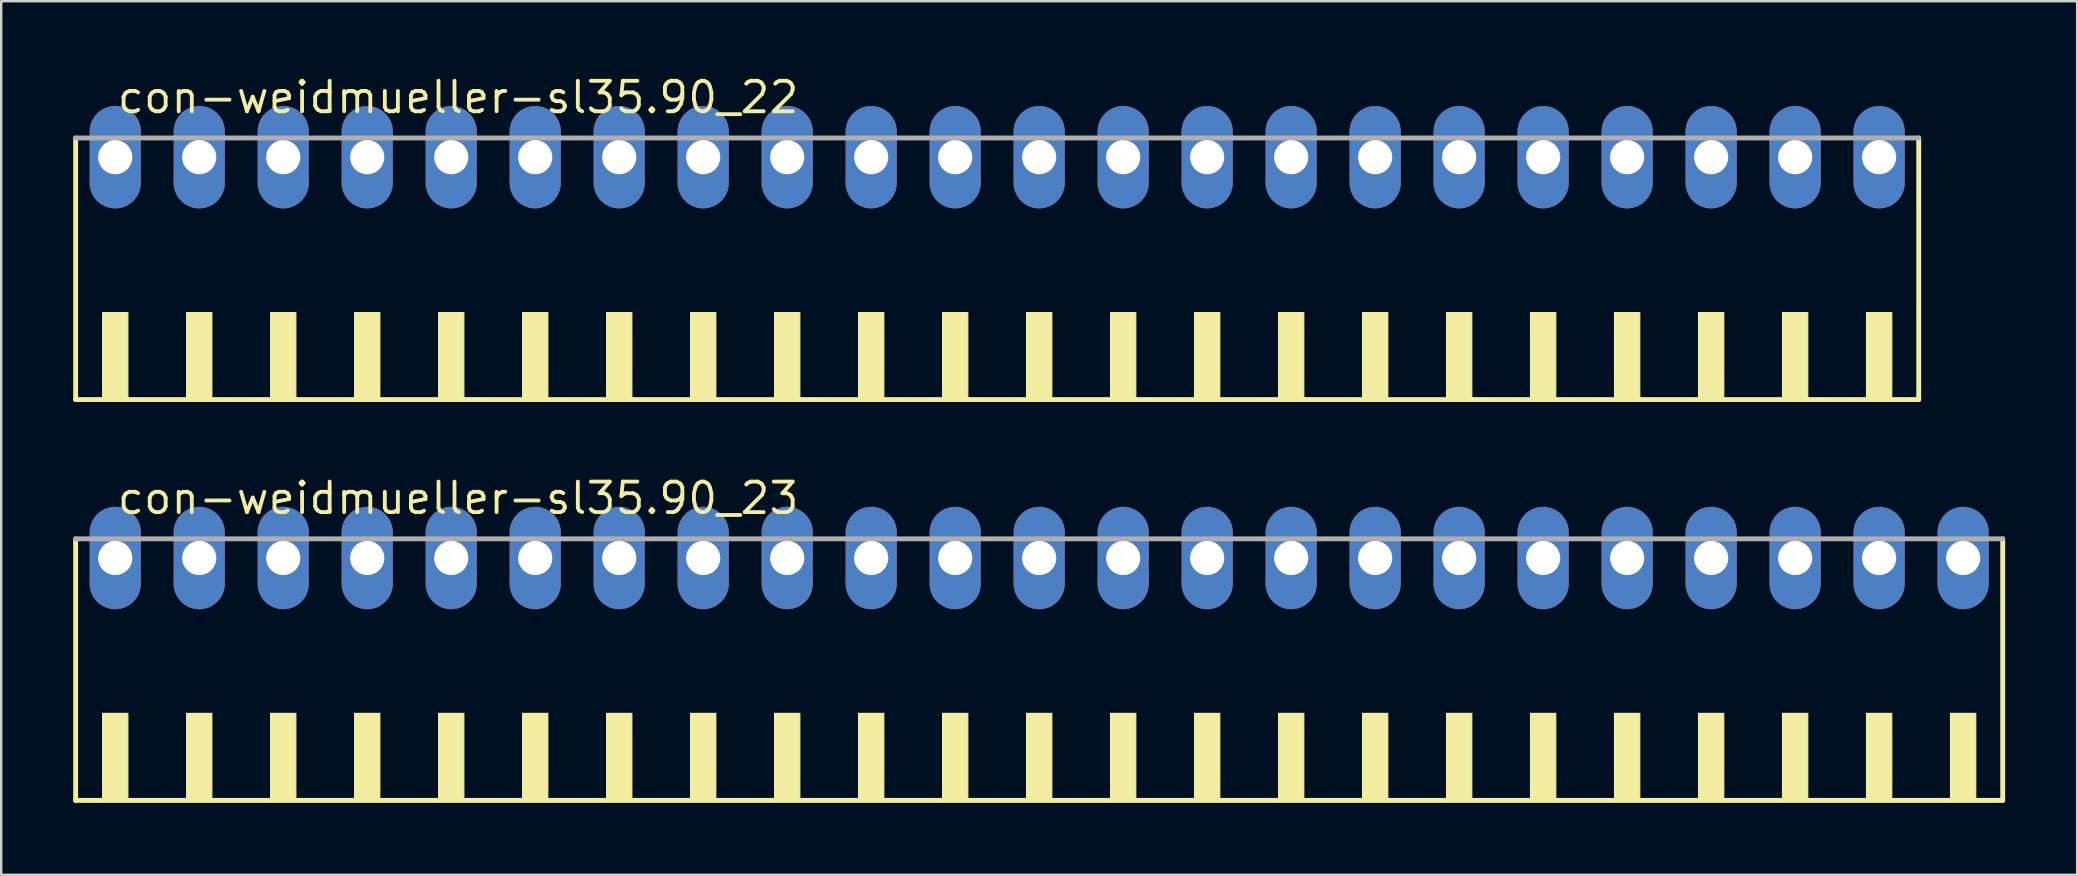
<source format=kicad_pcb>
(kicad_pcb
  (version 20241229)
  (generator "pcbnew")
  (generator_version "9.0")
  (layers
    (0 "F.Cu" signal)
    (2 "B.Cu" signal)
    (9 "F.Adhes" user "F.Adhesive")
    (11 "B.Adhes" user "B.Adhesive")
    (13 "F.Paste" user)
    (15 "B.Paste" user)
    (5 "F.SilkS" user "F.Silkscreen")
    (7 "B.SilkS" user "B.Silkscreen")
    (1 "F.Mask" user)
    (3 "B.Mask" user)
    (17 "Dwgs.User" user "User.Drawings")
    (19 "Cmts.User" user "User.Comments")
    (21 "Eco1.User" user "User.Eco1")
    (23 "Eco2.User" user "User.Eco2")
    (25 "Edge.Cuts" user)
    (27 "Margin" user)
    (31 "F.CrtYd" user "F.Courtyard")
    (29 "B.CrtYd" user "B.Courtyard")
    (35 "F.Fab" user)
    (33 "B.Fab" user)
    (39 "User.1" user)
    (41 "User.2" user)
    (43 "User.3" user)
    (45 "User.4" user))
  (footprint "con-weidmueller-sl35.90_22"
    (layer "F.Cu")
    (at 38.502 8.75)
    (property "Reference" "con-weidmueller-sl35.90_22" (at -36.75 -7 0) (layer "F.SilkS") (effects (font (size 1.27 1.27) (thickness 0.16)) (justify left bottom)))
    (attr through_hole)
    (fp_line (start -38.4 -6.05) (end -38.4 4.85) (stroke (width 0.203) (type default)) (layer "F.SilkS"))
    (fp_line (start -38.4 4.85) (end 38.4 4.85) (stroke (width 0.203) (type default)) (layer "F.SilkS"))
    (fp_line (start 38.4 4.85) (end 38.4 -6.05) (stroke (width 0.203) (type default)) (layer "F.SilkS"))
    (fp_rect (start -37.275 4.9) (end -36.225 1.225) (stroke (width 0.05) (type default)) (fill yes) (layer "F.SilkS"))
    (fp_rect (start -33.775 4.9) (end -32.725 1.225) (stroke (width 0.05) (type default)) (fill yes) (layer "F.SilkS"))
    (fp_rect (start -30.275 4.9) (end -29.225 1.225) (stroke (width 0.05) (type default)) (fill yes) (layer "F.SilkS"))
    (fp_rect (start -26.775 4.9) (end -25.725 1.225) (stroke (width 0.05) (type default)) (fill yes) (layer "F.SilkS"))
    (fp_rect (start -23.275 4.9) (end -22.225 1.225) (stroke (width 0.05) (type default)) (fill yes) (layer "F.SilkS"))
    (fp_rect (start -19.775 4.9) (end -18.725 1.225) (stroke (width 0.05) (type default)) (fill yes) (layer "F.SilkS"))
    (fp_rect (start -16.275 4.9) (end -15.225 1.225) (stroke (width 0.05) (type default)) (fill yes) (layer "F.SilkS"))
    (fp_rect (start -12.775 4.9) (end -11.725 1.225) (stroke (width 0.05) (type default)) (fill yes) (layer "F.SilkS"))
    (fp_rect (start -9.275 4.9) (end -8.225 1.225) (stroke (width 0.05) (type default)) (fill yes) (layer "F.SilkS"))
    (fp_rect (start -5.775 4.9) (end -4.725 1.225) (stroke (width 0.05) (type default)) (fill yes) (layer "F.SilkS"))
    (fp_rect (start -2.275 4.9) (end -1.225 1.225) (stroke (width 0.05) (type default)) (fill yes) (layer "F.SilkS"))
    (fp_rect (start 1.225 4.9) (end 2.275 1.225) (stroke (width 0.05) (type default)) (fill yes) (layer "F.SilkS"))
    (fp_rect (start 4.725 4.9) (end 5.775 1.225) (stroke (width 0.05) (type default)) (fill yes) (layer "F.SilkS"))
    (fp_rect (start 8.225 4.9) (end 9.275 1.225) (stroke (width 0.05) (type default)) (fill yes) (layer "F.SilkS"))
    (fp_rect (start 11.725 4.9) (end 12.775 1.225) (stroke (width 0.05) (type default)) (fill yes) (layer "F.SilkS"))
    (fp_rect (start 15.225 4.9) (end 16.275 1.225) (stroke (width 0.05) (type default)) (fill yes) (layer "F.SilkS"))
    (fp_rect (start 18.725 4.9) (end 19.775 1.225) (stroke (width 0.05) (type default)) (fill yes) (layer "F.SilkS"))
    (fp_rect (start 22.225 4.9) (end 23.275 1.225) (stroke (width 0.05) (type default)) (fill yes) (layer "F.SilkS"))
    (fp_rect (start 25.725 4.9) (end 26.775 1.225) (stroke (width 0.05) (type default)) (fill yes) (layer "F.SilkS"))
    (fp_rect (start 29.225 4.9) (end 30.275 1.225) (stroke (width 0.05) (type default)) (fill yes) (layer "F.SilkS"))
    (fp_rect (start 32.725 4.9) (end 33.775 1.225) (stroke (width 0.05) (type default)) (fill yes) (layer "F.SilkS"))
    (fp_rect (start 36.225 4.9) (end 37.275 1.225) (stroke (width 0.05) (type default)) (fill yes) (layer "F.SilkS"))
    (fp_line (start 38.4 -6.05) (end -38.4 -6.05) (stroke (width 0.203) (type default)) (layer "F.Fab"))
    (pad "1" thru_hole oval (at -36.75 -5.25 90) (size 4.267 2.134) (drill 1.422) (layers "*.Cu" "*.Mask"))
    (pad "2" thru_hole oval (at -33.25 -5.25 90) (size 4.267 2.134) (drill 1.422) (layers "*.Cu" "*.Mask"))
    (pad "3" thru_hole oval (at -29.75 -5.25 90) (size 4.267 2.134) (drill 1.422) (layers "*.Cu" "*.Mask"))
    (pad "4" thru_hole oval (at -26.25 -5.25 90) (size 4.267 2.134) (drill 1.422) (layers "*.Cu" "*.Mask"))
    (pad "5" thru_hole oval (at -22.75 -5.25 90) (size 4.267 2.134) (drill 1.422) (layers "*.Cu" "*.Mask"))
    (pad "6" thru_hole oval (at -19.25 -5.25 90) (size 4.267 2.134) (drill 1.422) (layers "*.Cu" "*.Mask"))
    (pad "7" thru_hole oval (at -15.75 -5.25 90) (size 4.267 2.134) (drill 1.422) (layers "*.Cu" "*.Mask"))
    (pad "8" thru_hole oval (at -12.25 -5.25 90) (size 4.267 2.134) (drill 1.422) (layers "*.Cu" "*.Mask"))
    (pad "9" thru_hole oval (at -8.75 -5.25 90) (size 4.267 2.134) (drill 1.422) (layers "*.Cu" "*.Mask"))
    (pad "10" thru_hole oval (at -5.25 -5.25 90) (size 4.267 2.134) (drill 1.422) (layers "*.Cu" "*.Mask"))
    (pad "11" thru_hole oval (at -1.75 -5.25 90) (size 4.267 2.134) (drill 1.422) (layers "*.Cu" "*.Mask"))
    (pad "12" thru_hole oval (at 1.75 -5.25 90) (size 4.267 2.134) (drill 1.422) (layers "*.Cu" "*.Mask"))
    (pad "13" thru_hole oval (at 5.25 -5.25 90) (size 4.267 2.134) (drill 1.422) (layers "*.Cu" "*.Mask"))
    (pad "14" thru_hole oval (at 8.75 -5.25 90) (size 4.267 2.134) (drill 1.422) (layers "*.Cu" "*.Mask"))
    (pad "15" thru_hole oval (at 12.25 -5.25 90) (size 4.267 2.134) (drill 1.422) (layers "*.Cu" "*.Mask"))
    (pad "16" thru_hole oval (at 15.75 -5.25 90) (size 4.267 2.134) (drill 1.422) (layers "*.Cu" "*.Mask"))
    (pad "17" thru_hole oval (at 19.25 -5.25 90) (size 4.267 2.134) (drill 1.422) (layers "*.Cu" "*.Mask"))
    (pad "18" thru_hole oval (at 22.75 -5.25 90) (size 4.267 2.134) (drill 1.422) (layers "*.Cu" "*.Mask"))
    (pad "19" thru_hole oval (at 26.25 -5.25 90) (size 4.267 2.134) (drill 1.422) (layers "*.Cu" "*.Mask"))
    (pad "20" thru_hole oval (at 29.75 -5.25 90) (size 4.267 2.134) (drill 1.422) (layers "*.Cu" "*.Mask"))
    (pad "21" thru_hole oval (at 33.25 -5.25 90) (size 4.267 2.134) (drill 1.422) (layers "*.Cu" "*.Mask"))
    (pad "22" thru_hole oval (at 36.75 -5.25 90) (size 4.267 2.134) (drill 1.422) (layers "*.Cu" "*.Mask")))
  (footprint "con-weidmueller-sl35.90_23"
    (layer "F.Cu")
    (at 40.252 25.452)
    (property "Reference" "con-weidmueller-sl35.90_23" (at -38.5 -7 0) (layer "F.SilkS") (effects (font (size 1.27 1.27) (thickness 0.16)) (justify left bottom)))
    (attr through_hole)
    (fp_line (start -40.15 -6.05) (end -40.15 4.85) (stroke (width 0.203) (type default)) (layer "F.SilkS"))
    (fp_line (start -40.15 4.85) (end 40.15 4.85) (stroke (width 0.203) (type default)) (layer "F.SilkS"))
    (fp_line (start 40.15 4.85) (end 40.15 -6.05) (stroke (width 0.203) (type default)) (layer "F.SilkS"))
    (fp_rect (start -39.025 4.9) (end -37.975 1.225) (stroke (width 0.05) (type default)) (fill yes) (layer "F.SilkS"))
    (fp_rect (start -35.525 4.9) (end -34.475 1.225) (stroke (width 0.05) (type default)) (fill yes) (layer "F.SilkS"))
    (fp_rect (start -32.025 4.9) (end -30.975 1.225) (stroke (width 0.05) (type default)) (fill yes) (layer "F.SilkS"))
    (fp_rect (start -28.525 4.9) (end -27.475 1.225) (stroke (width 0.05) (type default)) (fill yes) (layer "F.SilkS"))
    (fp_rect (start -25.025 4.9) (end -23.975 1.225) (stroke (width 0.05) (type default)) (fill yes) (layer "F.SilkS"))
    (fp_rect (start -21.525 4.9) (end -20.475 1.225) (stroke (width 0.05) (type default)) (fill yes) (layer "F.SilkS"))
    (fp_rect (start -18.025 4.9) (end -16.975 1.225) (stroke (width 0.05) (type default)) (fill yes) (layer "F.SilkS"))
    (fp_rect (start -14.525 4.9) (end -13.475 1.225) (stroke (width 0.05) (type default)) (fill yes) (layer "F.SilkS"))
    (fp_rect (start -11.025 4.9) (end -9.975 1.225) (stroke (width 0.05) (type default)) (fill yes) (layer "F.SilkS"))
    (fp_rect (start -7.525 4.9) (end -6.475 1.225) (stroke (width 0.05) (type default)) (fill yes) (layer "F.SilkS"))
    (fp_rect (start -4.025 4.9) (end -2.975 1.225) (stroke (width 0.05) (type default)) (fill yes) (layer "F.SilkS"))
    (fp_rect (start -0.525 4.9) (end 0.525 1.225) (stroke (width 0.05) (type default)) (fill yes) (layer "F.SilkS"))
    (fp_rect (start 2.975 4.9) (end 4.025 1.225) (stroke (width 0.05) (type default)) (fill yes) (layer "F.SilkS"))
    (fp_rect (start 6.475 4.9) (end 7.525 1.225) (stroke (width 0.05) (type default)) (fill yes) (layer "F.SilkS"))
    (fp_rect (start 9.975 4.9) (end 11.025 1.225) (stroke (width 0.05) (type default)) (fill yes) (layer "F.SilkS"))
    (fp_rect (start 13.475 4.9) (end 14.525 1.225) (stroke (width 0.05) (type default)) (fill yes) (layer "F.SilkS"))
    (fp_rect (start 16.975 4.9) (end 18.025 1.225) (stroke (width 0.05) (type default)) (fill yes) (layer "F.SilkS"))
    (fp_rect (start 20.475 4.9) (end 21.525 1.225) (stroke (width 0.05) (type default)) (fill yes) (layer "F.SilkS"))
    (fp_rect (start 23.975 4.9) (end 25.025 1.225) (stroke (width 0.05) (type default)) (fill yes) (layer "F.SilkS"))
    (fp_rect (start 27.475 4.9) (end 28.525 1.225) (stroke (width 0.05) (type default)) (fill yes) (layer "F.SilkS"))
    (fp_rect (start 30.975 4.9) (end 32.025 1.225) (stroke (width 0.05) (type default)) (fill yes) (layer "F.SilkS"))
    (fp_rect (start 34.475 4.9) (end 35.525 1.225) (stroke (width 0.05) (type default)) (fill yes) (layer "F.SilkS"))
    (fp_rect (start 37.975 4.9) (end 39.025 1.225) (stroke (width 0.05) (type default)) (fill yes) (layer "F.SilkS"))
    (fp_line (start 40.15 -6.05) (end -40.15 -6.05) (stroke (width 0.203) (type default)) (layer "F.Fab"))
    (pad "1" thru_hole oval (at -38.5 -5.25 90) (size 4.267 2.134) (drill 1.422) (layers "*.Cu" "*.Mask"))
    (pad "2" thru_hole oval (at -35 -5.25 90) (size 4.267 2.134) (drill 1.422) (layers "*.Cu" "*.Mask"))
    (pad "3" thru_hole oval (at -31.5 -5.25 90) (size 4.267 2.134) (drill 1.422) (layers "*.Cu" "*.Mask"))
    (pad "4" thru_hole oval (at -28 -5.25 90) (size 4.267 2.134) (drill 1.422) (layers "*.Cu" "*.Mask"))
    (pad "5" thru_hole oval (at -24.5 -5.25 90) (size 4.267 2.134) (drill 1.422) (layers "*.Cu" "*.Mask"))
    (pad "6" thru_hole oval (at -21 -5.25 90) (size 4.267 2.134) (drill 1.422) (layers "*.Cu" "*.Mask"))
    (pad "7" thru_hole oval (at -17.5 -5.25 90) (size 4.267 2.134) (drill 1.422) (layers "*.Cu" "*.Mask"))
    (pad "8" thru_hole oval (at -14 -5.25 90) (size 4.267 2.134) (drill 1.422) (layers "*.Cu" "*.Mask"))
    (pad "9" thru_hole oval (at -10.5 -5.25 90) (size 4.267 2.134) (drill 1.422) (layers "*.Cu" "*.Mask"))
    (pad "10" thru_hole oval (at -7 -5.25 90) (size 4.267 2.134) (drill 1.422) (layers "*.Cu" "*.Mask"))
    (pad "11" thru_hole oval (at -3.5 -5.25 90) (size 4.267 2.134) (drill 1.422) (layers "*.Cu" "*.Mask"))
    (pad "12" thru_hole oval (at 0 -5.25 90) (size 4.267 2.134) (drill 1.422) (layers "*.Cu" "*.Mask"))
    (pad "13" thru_hole oval (at 3.5 -5.25 90) (size 4.267 2.134) (drill 1.422) (layers "*.Cu" "*.Mask"))
    (pad "14" thru_hole oval (at 7 -5.25 90) (size 4.267 2.134) (drill 1.422) (layers "*.Cu" "*.Mask"))
    (pad "15" thru_hole oval (at 10.5 -5.25 90) (size 4.267 2.134) (drill 1.422) (layers "*.Cu" "*.Mask"))
    (pad "16" thru_hole oval (at 14 -5.25 90) (size 4.267 2.134) (drill 1.422) (layers "*.Cu" "*.Mask"))
    (pad "17" thru_hole oval (at 17.5 -5.25 90) (size 4.267 2.134) (drill 1.422) (layers "*.Cu" "*.Mask"))
    (pad "18" thru_hole oval (at 21 -5.25 90) (size 4.267 2.134) (drill 1.422) (layers "*.Cu" "*.Mask"))
    (pad "19" thru_hole oval (at 24.5 -5.25 90) (size 4.267 2.134) (drill 1.422) (layers "*.Cu" "*.Mask"))
    (pad "20" thru_hole oval (at 28 -5.25 90) (size 4.267 2.134) (drill 1.422) (layers "*.Cu" "*.Mask"))
    (pad "21" thru_hole oval (at 31.5 -5.25 90) (size 4.267 2.134) (drill 1.422) (layers "*.Cu" "*.Mask"))
    (pad "22" thru_hole oval (at 35 -5.25 90) (size 4.267 2.134) (drill 1.422) (layers "*.Cu" "*.Mask"))
    (pad "23" thru_hole oval (at 38.5 -5.25 90) (size 4.267 2.134) (drill 1.422) (layers "*.Cu" "*.Mask")))
  (gr_rect
    (start -3 -3)
    (end 83.503 33.403)
    (stroke (width 0.1) (type default))
    (fill no)
    (layer "Edge.Cuts")))
</source>
